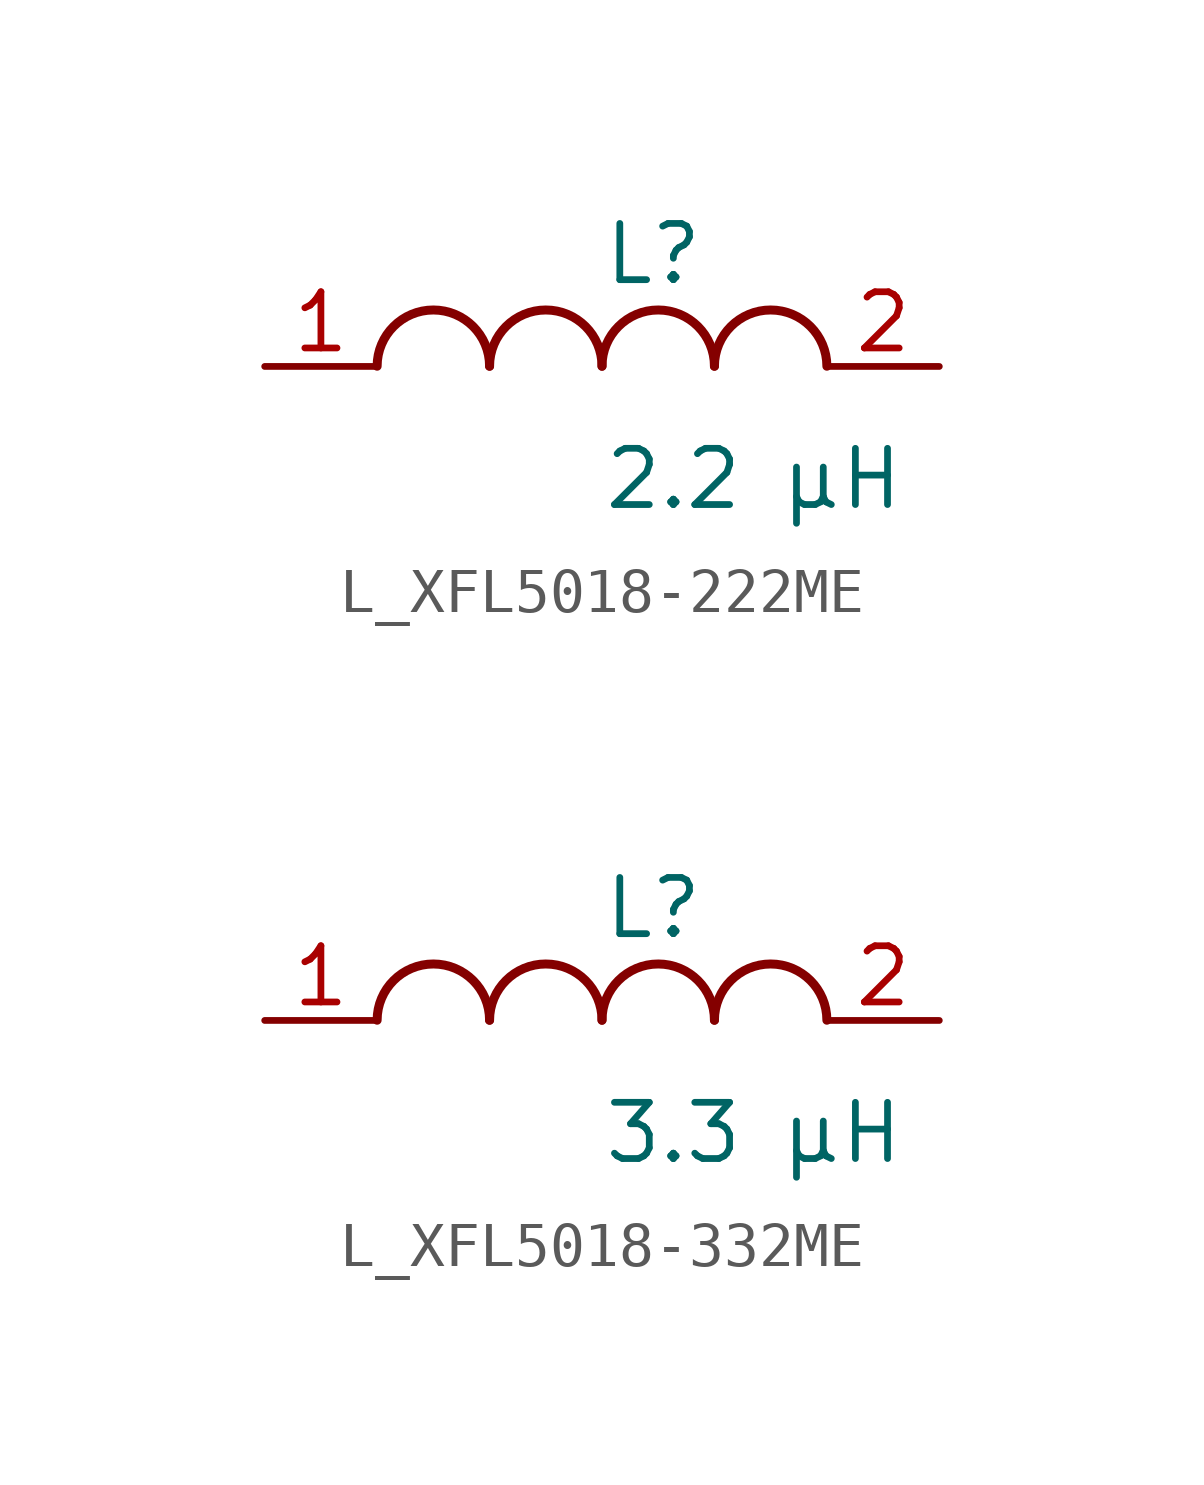
<source format=kicad_sym>
(kicad_symbol_lib
  (version 20231120)
  (generator kicad_symbol_editor)
  (generator_version 8.0)
  (symbol "L_XFL5018-222ME"
    (pin_names
      (offset 0.254))
    (property "Reference" "L"
      (at 0 2.54 0)
      (effects (font (size 1.27 1.27)) (justify left)))
    (property "Value" "2.2 µH"
      (at 0 -2.54 0)
      (effects (font (size 1.27 1.27)) (justify left)))
    (symbol "L_XFL5018-222ME_1_1"
      (arc (start -2.54 0.0056) (mid -3.81 1.27) (end -5.08 0.0056) (stroke (width 0.2032) (type default)) (fill (type none)))
      (arc (start 0 0.0056) (mid -1.27 1.27) (end -2.54 0.0056) (stroke (width 0.2032) (type default)) (fill (type none)))
      (arc (start 2.54 0.0056) (mid 1.27 1.27) (end 0 0.0056) (stroke (width 0.2032) (type default)) (fill (type none)))
      (arc (start 5.08 0.0056) (mid 3.81 1.27) (end 2.54 0.0056) (stroke (width 0.2032) (type default)) (fill (type none)))
      (pin unspecified line (at -7.62 0 0) (length 2.54) (name "" (effects (font (size 1.27 1.27)))) (number "1" (effects (font (size 1.27 1.27)))))
      (pin unspecified line (at 7.62 0 180) (length 2.54) (name "" (effects (font (size 1.27 1.27)))) (number "2" (effects (font (size 1.27 1.27)))))))
  (symbol "L_XFL5018-332ME"
    (pin_names
      (offset 0.254))
    (property "Reference" "L"
      (at 0 2.54 0)
      (effects (font (size 1.27 1.27)) (justify left)))
    (property "Value" "3.3 µH"
      (at 0 -2.54 0)
      (effects (font (size 1.27 1.27)) (justify left)))
    (symbol "L_XFL5018-332ME_1_1"
      (arc (start -2.54 0.0056) (mid -3.81 1.27) (end -5.08 0.0056) (stroke (width 0.2032) (type default)) (fill (type none)))
      (arc (start 0 0.0056) (mid -1.27 1.27) (end -2.54 0.0056) (stroke (width 0.2032) (type default)) (fill (type none)))
      (arc (start 2.54 0.0056) (mid 1.27 1.27) (end 0 0.0056) (stroke (width 0.2032) (type default)) (fill (type none)))
      (arc (start 5.08 0.0056) (mid 3.81 1.27) (end 2.54 0.0056) (stroke (width 0.2032) (type default)) (fill (type none)))
      (pin unspecified line (at -7.62 0 0) (length 2.54) (name "" (effects (font (size 1.27 1.27)))) (number "1" (effects (font (size 1.27 1.27)))))
      (pin unspecified line (at 7.62 0 180) (length 2.54) (name "" (effects (font (size 1.27 1.27)))) (number "2" (effects (font (size 1.27 1.27))))))))
</source>
